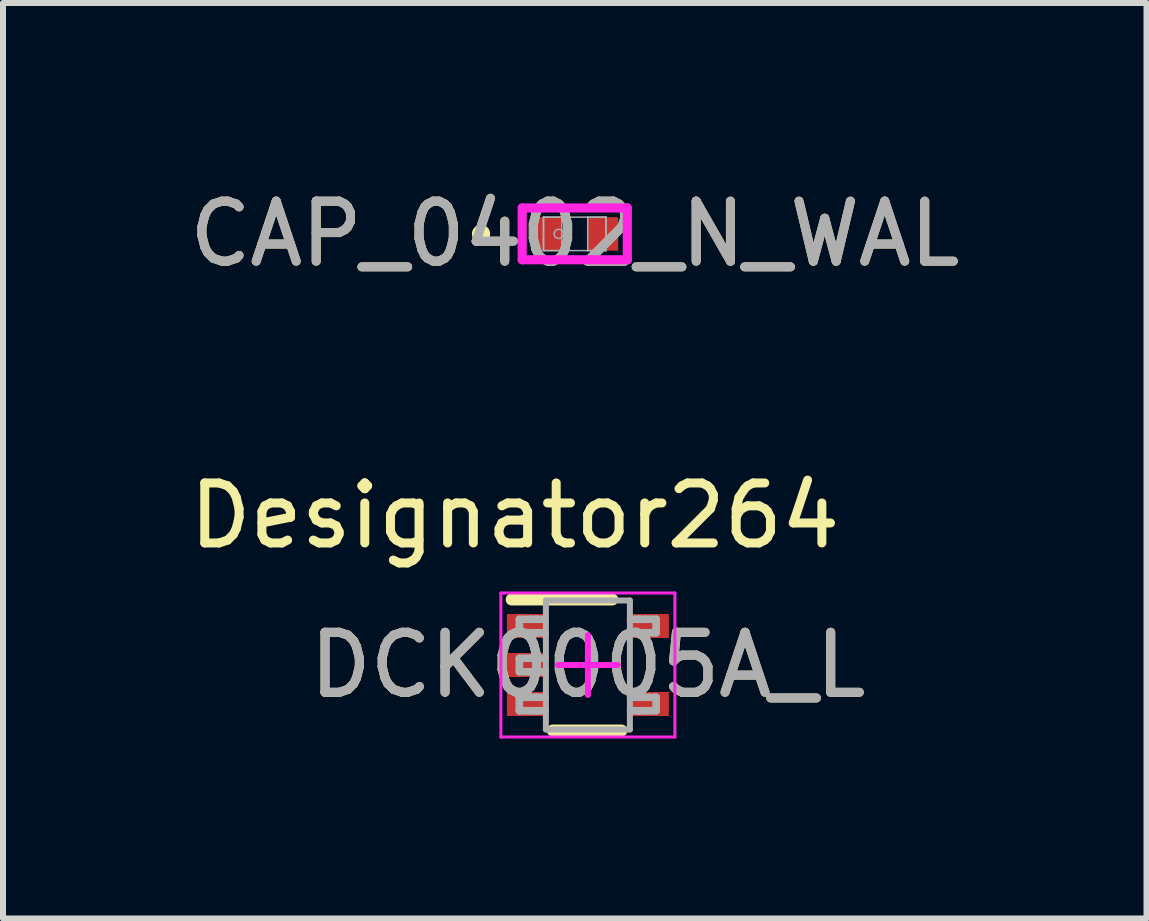
<source format=kicad_pcb>
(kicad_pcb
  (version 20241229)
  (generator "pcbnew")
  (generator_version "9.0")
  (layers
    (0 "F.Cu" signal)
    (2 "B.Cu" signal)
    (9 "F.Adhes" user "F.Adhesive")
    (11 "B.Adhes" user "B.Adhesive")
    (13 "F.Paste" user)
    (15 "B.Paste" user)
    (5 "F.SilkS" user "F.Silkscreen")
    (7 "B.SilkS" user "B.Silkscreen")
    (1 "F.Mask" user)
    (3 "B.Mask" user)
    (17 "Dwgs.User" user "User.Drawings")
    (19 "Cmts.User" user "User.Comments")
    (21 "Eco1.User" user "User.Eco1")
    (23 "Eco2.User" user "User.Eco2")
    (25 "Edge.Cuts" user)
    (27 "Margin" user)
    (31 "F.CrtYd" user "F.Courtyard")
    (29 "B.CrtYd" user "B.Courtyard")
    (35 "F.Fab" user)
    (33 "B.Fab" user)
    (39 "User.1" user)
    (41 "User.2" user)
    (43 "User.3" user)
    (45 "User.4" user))
  (footprint "CAP_0402_N_WAL"
    (layer "F.Cu")
    (at 6.53 0.848)
    (property "Reference" "CAP_0402_N_WAL" (at 0 0 0) (unlocked yes) (layer "F.SilkS") (effects (font (size 1 1) (thickness 0.15))))
    (attr smd)
    (fp_circle (center -1.562 0) (end -1.486 0) (stroke (width 0.152) (type solid)) (fill no) (layer "F.SilkS"))
    (fp_line (start -0.876 -0.432) (end 0.876 -0.432) (stroke (width 0.152) (type solid)) (layer "F.CrtYd"))
    (fp_line (start -0.876 0.432) (end -0.876 -0.432) (stroke (width 0.152) (type solid)) (layer "F.CrtYd"))
    (fp_line (start 0.876 -0.432) (end 0.876 0.432) (stroke (width 0.152) (type solid)) (layer "F.CrtYd"))
    (fp_line (start 0.876 0.432) (end -0.876 0.432) (stroke (width 0.152) (type solid)) (layer "F.CrtYd"))
    (fp_line (start -0.521 -0.279) (end -0.521 0.279) (stroke (width 0.025) (type solid)) (layer "F.Fab"))
    (fp_line (start -0.521 -0.279) (end -0.521 0.279) (stroke (width 0.025) (type solid)) (layer "F.Fab"))
    (fp_line (start -0.521 0.279) (end -0.216 0.279) (stroke (width 0.025) (type solid)) (layer "F.Fab"))
    (fp_line (start -0.521 0.279) (end 0.521 0.279) (stroke (width 0.025) (type solid)) (layer "F.Fab"))
    (fp_line (start -0.216 -0.279) (end -0.521 -0.279) (stroke (width 0.025) (type solid)) (layer "F.Fab"))
    (fp_line (start -0.216 0.279) (end -0.216 -0.279) (stroke (width 0.025) (type solid)) (layer "F.Fab"))
    (fp_line (start 0.216 -0.279) (end 0.216 0.279) (stroke (width 0.025) (type solid)) (layer "F.Fab"))
    (fp_line (start 0.216 0.279) (end 0.521 0.279) (stroke (width 0.025) (type solid)) (layer "F.Fab"))
    (fp_line (start 0.521 -0.279) (end -0.521 -0.279) (stroke (width 0.025) (type solid)) (layer "F.Fab"))
    (fp_line (start 0.521 -0.279) (end 0.216 -0.279) (stroke (width 0.025) (type solid)) (layer "F.Fab"))
    (fp_line (start 0.521 0.279) (end 0.521 -0.279) (stroke (width 0.025) (type solid)) (layer "F.Fab"))
    (fp_line (start 0.521 0.279) (end 0.521 -0.279) (stroke (width 0.025) (type solid)) (layer "F.Fab"))
    (fp_circle (center -0.267 0) (end -0.191 0) (stroke (width 0.025) (type solid)) (fill no) (layer "F.Fab"))
    (fp_text user "${REFERENCE}" (at 0 0 0) (unlocked yes) (layer "F.Fab") (effects (font (size 1 1) (thickness 0.15))))
    (pad "1" smd rect (at -0.47 0) (size 0.508 0.559) (layers "F.Cu" "F.Mask" "F.Paste"))
    (pad "2" smd rect (at 0.47 0) (size 0.508 0.559) (layers "F.Cu" "F.Mask" "F.Paste"))
    (zone (net_name "") (layer "F.Cu") (hatch full 0.508) (connect_pads) (min_thickness 0.254) (filled_areas_thickness no) (keepout (tracks not_allowed) (vias not_allowed) (pads allowed) (copperpour not_allowed) (footprints allowed)) (placement (enabled no)) (fill) (polygon (pts (xy 6.365 0.62) (xy 6.695 0.62) (xy 6.695 1.077) (xy 6.365 1.077)))))
  (footprint "DCK0005A_L"
    (layer "F.Cu")
    (at 6.749 8.034)
    (property "Reference" "DCK0005A_L" (at 0 0 0) (unlocked yes) (layer "F.SilkS") (effects (font (size 1 1) (thickness 0.15))))
    (attr smd)
    (fp_line (start -1.27 -1.092) (end 0.406 -1.092) (stroke (width 0.2) (type solid)) (layer "F.SilkS"))
    (fp_line (start -0.584 1.092) (end 0.559 1.092) (stroke (width 0.2) (type solid)) (layer "F.SilkS"))
    (fp_line (start -1.45 -1.2) (end 1.45 -1.2) (stroke (width 0.05) (type solid)) (layer "F.CrtYd"))
    (fp_line (start -1.45 1.2) (end -1.45 -1.2) (stroke (width 0.05) (type solid)) (layer "F.CrtYd"))
    (fp_line (start -1.45 1.2) (end 1.45 1.2) (stroke (width 0.05) (type solid)) (layer "F.CrtYd"))
    (fp_line (start -0.5 0) (end 0.5 0) (stroke (width 0.1) (type solid)) (layer "F.CrtYd"))
    (fp_line (start -0.000003 0.5) (end -0.000003 -0.5) (stroke (width 0.1) (type solid)) (layer "F.CrtYd"))
    (fp_line (start 1.45 1.2) (end 1.45 -1.2) (stroke (width 0.05) (type solid)) (layer "F.CrtYd"))
    (fp_line (start -1.143 -0.762) (end -0.959 -0.762) (stroke (width 0.127) (type solid)) (layer "F.Fab"))
    (fp_line (start -1.143 -0.537) (end -1.143 -0.762) (stroke (width 0.127) (type solid)) (layer "F.Fab"))
    (fp_line (start -1.143 -0.537) (end -0.959 -0.537) (stroke (width 0.127) (type solid)) (layer "F.Fab"))
    (fp_line (start -1.143 -0.112) (end -0.959 -0.112) (stroke (width 0.127) (type solid)) (layer "F.Fab"))
    (fp_line (start -1.143 0.113) (end -1.143 -0.112) (stroke (width 0.127) (type solid)) (layer "F.Fab"))
    (fp_line (start -1.143 0.113) (end -0.959 0.113) (stroke (width 0.127) (type solid)) (layer "F.Fab"))
    (fp_line (start -1.143 0.538) (end -0.959 0.538) (stroke (width 0.127) (type solid)) (layer "F.Fab"))
    (fp_line (start -1.143 0.763) (end -1.143 0.538) (stroke (width 0.127) (type solid)) (layer "F.Fab"))
    (fp_line (start -1.143 0.763) (end -0.959 0.763) (stroke (width 0.127) (type solid)) (layer "F.Fab"))
    (fp_line (start -0.959 -0.762) (end -0.711 -0.762) (stroke (width 0.127) (type solid)) (layer "F.Fab"))
    (fp_line (start -0.959 -0.537) (end -0.865 -0.537) (stroke (width 0.127) (type solid)) (layer "F.Fab"))
    (fp_line (start -0.959 -0.112) (end -0.865 -0.112) (stroke (width 0.127) (type solid)) (layer "F.Fab"))
    (fp_line (start -0.959 0.113) (end -0.865 0.113) (stroke (width 0.127) (type solid)) (layer "F.Fab"))
    (fp_line (start -0.959 0.538) (end -0.865 0.538) (stroke (width 0.127) (type solid)) (layer "F.Fab"))
    (fp_line (start -0.959 0.763) (end -0.865 0.763) (stroke (width 0.127) (type solid)) (layer "F.Fab"))
    (fp_line (start -0.865 -0.762) (end -0.853 -0.762) (stroke (width 0.127) (type solid)) (layer "F.Fab"))
    (fp_line (start -0.865 -0.537) (end -0.853 -0.537) (stroke (width 0.127) (type solid)) (layer "F.Fab"))
    (fp_line (start -0.865 -0.112) (end -0.853 -0.112) (stroke (width 0.127) (type solid)) (layer "F.Fab"))
    (fp_line (start -0.865 0.113) (end -0.853 0.113) (stroke (width 0.127) (type solid)) (layer "F.Fab"))
    (fp_line (start -0.865 0.538) (end -0.853 0.538) (stroke (width 0.127) (type solid)) (layer "F.Fab"))
    (fp_line (start -0.865 0.763) (end -0.853 0.763) (stroke (width 0.127) (type solid)) (layer "F.Fab"))
    (fp_line (start -0.853 -0.537) (end -0.711 -0.537) (stroke (width 0.127) (type solid)) (layer "F.Fab"))
    (fp_line (start -0.853 -0.112) (end -0.711 -0.112) (stroke (width 0.127) (type solid)) (layer "F.Fab"))
    (fp_line (start -0.853 0.113) (end -0.711 0.113) (stroke (width 0.127) (type solid)) (layer "F.Fab"))
    (fp_line (start -0.853 0.538) (end -0.711 0.538) (stroke (width 0.127) (type solid)) (layer "F.Fab"))
    (fp_line (start -0.853 0.763) (end -0.711 0.763) (stroke (width 0.127) (type solid)) (layer "F.Fab"))
    (fp_line (start -0.7 -1.075) (end 0.7 -1.075) (stroke (width 0.1) (type solid)) (layer "F.Fab"))
    (fp_line (start -0.7 1.075) (end -0.7 -1.075) (stroke (width 0.1) (type solid)) (layer "F.Fab"))
    (fp_line (start -0.7 1.075) (end 0.7 1.075) (stroke (width 0.1) (type solid)) (layer "F.Fab"))
    (fp_line (start 0.7 1.075) (end 0.7 -1.075) (stroke (width 0.1) (type solid)) (layer "F.Fab"))
    (fp_line (start 0.711 -0.762) (end 0.847 -0.762) (stroke (width 0.127) (type solid)) (layer "F.Fab"))
    (fp_line (start 0.711 -0.537) (end 0.847 -0.537) (stroke (width 0.127) (type solid)) (layer "F.Fab"))
    (fp_line (start 0.711 0.538) (end 0.847 0.538) (stroke (width 0.127) (type solid)) (layer "F.Fab"))
    (fp_line (start 0.711 0.763) (end 0.847 0.763) (stroke (width 0.127) (type solid)) (layer "F.Fab"))
    (fp_line (start 0.847 -0.762) (end 0.859 -0.762) (stroke (width 0.127) (type solid)) (layer "F.Fab"))
    (fp_line (start 0.847 -0.537) (end 0.859 -0.537) (stroke (width 0.127) (type solid)) (layer "F.Fab"))
    (fp_line (start 0.847 0.538) (end 0.859 0.538) (stroke (width 0.127) (type solid)) (layer "F.Fab"))
    (fp_line (start 0.847 0.763) (end 0.859 0.763) (stroke (width 0.127) (type solid)) (layer "F.Fab"))
    (fp_line (start 0.859 -0.762) (end 0.953 -0.762) (stroke (width 0.127) (type solid)) (layer "F.Fab"))
    (fp_line (start 0.859 -0.537) (end 0.953 -0.537) (stroke (width 0.127) (type solid)) (layer "F.Fab"))
    (fp_line (start 0.859 0.538) (end 0.953 0.538) (stroke (width 0.127) (type solid)) (layer "F.Fab"))
    (fp_line (start 0.859 0.763) (end 0.953 0.763) (stroke (width 0.127) (type solid)) (layer "F.Fab"))
    (fp_line (start 0.953 -0.762) (end 1.137 -0.762) (stroke (width 0.127) (type solid)) (layer "F.Fab"))
    (fp_line (start 0.953 -0.537) (end 1.137 -0.537) (stroke (width 0.127) (type solid)) (layer "F.Fab"))
    (fp_line (start 0.953 0.538) (end 1.137 0.538) (stroke (width 0.127) (type solid)) (layer "F.Fab"))
    (fp_line (start 0.953 0.763) (end 1.137 0.763) (stroke (width 0.127) (type solid)) (layer "F.Fab"))
    (fp_line (start 1.137 -0.537) (end 1.137 -0.762) (stroke (width 0.127) (type solid)) (layer "F.Fab"))
    (fp_line (start 1.137 0.763) (end 1.137 0.538) (stroke (width 0.127) (type solid)) (layer "F.Fab"))
    (fp_text user "Designator264" (at -1.219 -2.489 0) (unlocked yes) (layer "F.SilkS") (effects (font (size 1 1) (thickness 0.15))))
    (fp_text user "${REFERENCE}" (at 0 0 0) (unlocked yes) (layer "F.Fab") (effects (font (size 1 1) (thickness 0.15))))
    (pad "1" smd rect (at -1.025 -0.65 90) (size 0.4 0.65) (layers "F.Cu" "F.Mask" "F.Paste"))
    (pad "2" smd rect (at -1.025 0 90) (size 0.4 0.65) (layers "F.Cu" "F.Mask" "F.Paste"))
    (pad "3" smd rect (at -1.025 0.65 90) (size 0.4 0.65) (layers "F.Cu" "F.Mask" "F.Paste"))
    (pad "4" smd rect (at 1.025 0.65 90) (size 0.4 0.65) (layers "F.Cu" "F.Mask" "F.Paste"))
    (pad "5" smd rect (at 1.025 -0.65 90) (size 0.4 0.65) (layers "F.Cu" "F.Mask" "F.Paste")))
  (gr_rect
    (start -3 -3)
    (end 16.06 12.259)
    (stroke (width 0.1) (type default))
    (fill no)
    (layer "Edge.Cuts")))
</source>
